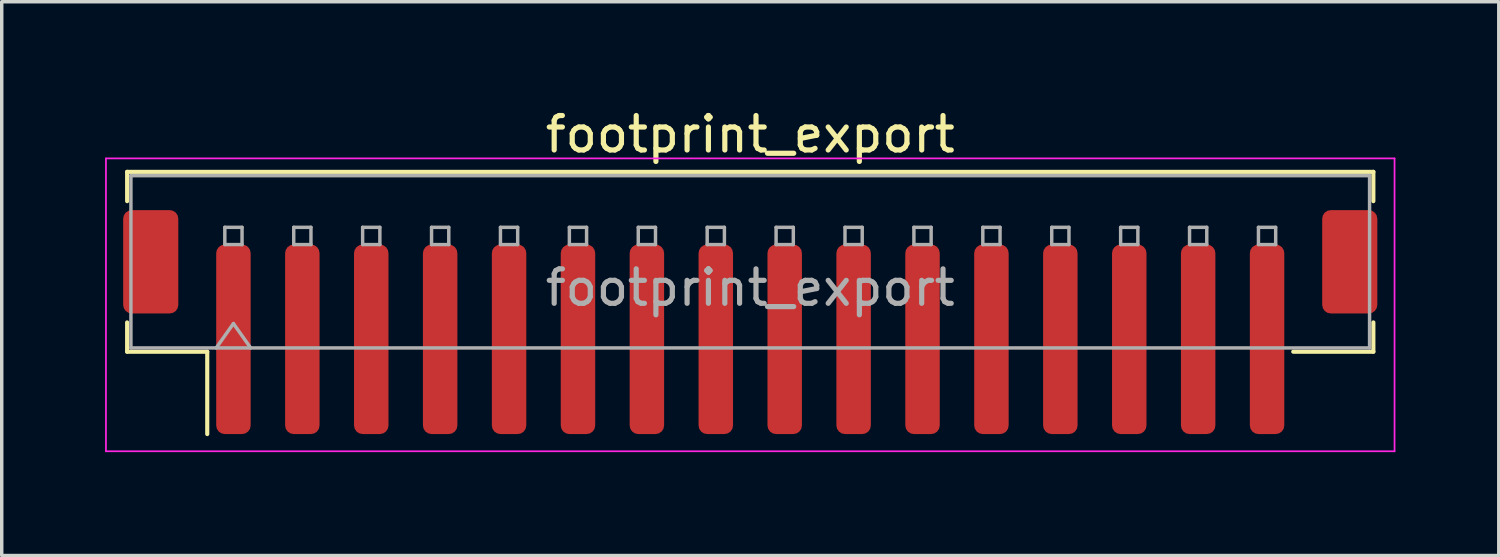
<source format=kicad_pcb>
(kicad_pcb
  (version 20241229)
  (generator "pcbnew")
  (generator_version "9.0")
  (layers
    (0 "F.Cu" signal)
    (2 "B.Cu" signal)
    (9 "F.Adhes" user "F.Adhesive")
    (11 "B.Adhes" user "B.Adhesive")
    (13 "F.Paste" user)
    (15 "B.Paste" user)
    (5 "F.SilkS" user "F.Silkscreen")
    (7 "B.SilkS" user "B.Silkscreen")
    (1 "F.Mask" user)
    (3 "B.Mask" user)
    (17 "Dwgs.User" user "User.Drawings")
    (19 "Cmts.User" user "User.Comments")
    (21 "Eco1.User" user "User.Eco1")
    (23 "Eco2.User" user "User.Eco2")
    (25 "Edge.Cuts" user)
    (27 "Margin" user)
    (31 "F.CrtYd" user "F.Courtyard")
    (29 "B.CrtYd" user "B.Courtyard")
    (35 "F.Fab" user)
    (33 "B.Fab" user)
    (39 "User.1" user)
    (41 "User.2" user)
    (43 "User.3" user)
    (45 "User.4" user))
  (footprint "footprint_export"
    (layer "F.Cu")
    (at 18.725 6.298)
    (property "Reference" "footprint_export" (at 0 -5.45 0) (layer "F.SilkS") (effects (font (size 1 1) (thickness 0.15))))
    (attr smd)
    (fp_line (start -18.085 -4.36) (end 18.085 -4.36) (stroke (width 0.12) (type solid)) (layer "F.SilkS"))
    (fp_line (start -18.085 -3.51) (end -18.085 -4.36) (stroke (width 0.12) (type solid)) (layer "F.SilkS"))
    (fp_line (start -18.085 0.01) (end -18.085 0.86) (stroke (width 0.12) (type solid)) (layer "F.SilkS"))
    (fp_line (start -18.085 0.86) (end -15.76 0.86) (stroke (width 0.12) (type solid)) (layer "F.SilkS"))
    (fp_line (start -15.76 0.86) (end -15.76 3.25) (stroke (width 0.12) (type solid)) (layer "F.SilkS"))
    (fp_line (start 18.085 -4.36) (end 18.085 -3.51) (stroke (width 0.12) (type solid)) (layer "F.SilkS"))
    (fp_line (start 18.085 0.01) (end 18.085 0.86) (stroke (width 0.12) (type solid)) (layer "F.SilkS"))
    (fp_line (start 18.085 0.86) (end 15.76 0.86) (stroke (width 0.12) (type solid)) (layer "F.SilkS"))
    (fp_line (start -18.7 -4.75) (end -18.7 3.75) (stroke (width 0.05) (type solid)) (layer "F.CrtYd"))
    (fp_line (start -18.7 3.75) (end 18.7 3.75) (stroke (width 0.05) (type solid)) (layer "F.CrtYd"))
    (fp_line (start 18.7 -4.75) (end -18.7 -4.75) (stroke (width 0.05) (type solid)) (layer "F.CrtYd"))
    (fp_line (start 18.7 3.75) (end 18.7 -4.75) (stroke (width 0.05) (type solid)) (layer "F.CrtYd"))
    (fp_line (start -17.975 -4.25) (end 17.975 -4.25) (stroke (width 0.1) (type solid)) (layer "F.Fab"))
    (fp_line (start -17.975 0.75) (end -17.975 -4.25) (stroke (width 0.1) (type solid)) (layer "F.Fab"))
    (fp_line (start -17.975 0.75) (end 17.975 0.75) (stroke (width 0.1) (type solid)) (layer "F.Fab"))
    (fp_line (start -15.5 0.75) (end -15 0.043) (stroke (width 0.1) (type solid)) (layer "F.Fab"))
    (fp_line (start -15.25 -2.75) (end -15.25 -2.25) (stroke (width 0.1) (type solid)) (layer "F.Fab"))
    (fp_line (start -15.25 -2.25) (end -14.75 -2.25) (stroke (width 0.1) (type solid)) (layer "F.Fab"))
    (fp_line (start -15 0.043) (end -14.5 0.75) (stroke (width 0.1) (type solid)) (layer "F.Fab"))
    (fp_line (start -14.75 -2.75) (end -15.25 -2.75) (stroke (width 0.1) (type solid)) (layer "F.Fab"))
    (fp_line (start -14.75 -2.25) (end -14.75 -2.75) (stroke (width 0.1) (type solid)) (layer "F.Fab"))
    (fp_line (start -13.25 -2.75) (end -13.25 -2.25) (stroke (width 0.1) (type solid)) (layer "F.Fab"))
    (fp_line (start -13.25 -2.25) (end -12.75 -2.25) (stroke (width 0.1) (type solid)) (layer "F.Fab"))
    (fp_line (start -12.75 -2.75) (end -13.25 -2.75) (stroke (width 0.1) (type solid)) (layer "F.Fab"))
    (fp_line (start -12.75 -2.25) (end -12.75 -2.75) (stroke (width 0.1) (type solid)) (layer "F.Fab"))
    (fp_line (start -11.25 -2.75) (end -11.25 -2.25) (stroke (width 0.1) (type solid)) (layer "F.Fab"))
    (fp_line (start -11.25 -2.25) (end -10.75 -2.25) (stroke (width 0.1) (type solid)) (layer "F.Fab"))
    (fp_line (start -10.75 -2.75) (end -11.25 -2.75) (stroke (width 0.1) (type solid)) (layer "F.Fab"))
    (fp_line (start -10.75 -2.25) (end -10.75 -2.75) (stroke (width 0.1) (type solid)) (layer "F.Fab"))
    (fp_line (start -9.25 -2.75) (end -9.25 -2.25) (stroke (width 0.1) (type solid)) (layer "F.Fab"))
    (fp_line (start -9.25 -2.25) (end -8.75 -2.25) (stroke (width 0.1) (type solid)) (layer "F.Fab"))
    (fp_line (start -8.75 -2.75) (end -9.25 -2.75) (stroke (width 0.1) (type solid)) (layer "F.Fab"))
    (fp_line (start -8.75 -2.25) (end -8.75 -2.75) (stroke (width 0.1) (type solid)) (layer "F.Fab"))
    (fp_line (start -7.25 -2.75) (end -7.25 -2.25) (stroke (width 0.1) (type solid)) (layer "F.Fab"))
    (fp_line (start -7.25 -2.25) (end -6.75 -2.25) (stroke (width 0.1) (type solid)) (layer "F.Fab"))
    (fp_line (start -6.75 -2.75) (end -7.25 -2.75) (stroke (width 0.1) (type solid)) (layer "F.Fab"))
    (fp_line (start -6.75 -2.25) (end -6.75 -2.75) (stroke (width 0.1) (type solid)) (layer "F.Fab"))
    (fp_line (start -5.25 -2.75) (end -5.25 -2.25) (stroke (width 0.1) (type solid)) (layer "F.Fab"))
    (fp_line (start -5.25 -2.25) (end -4.75 -2.25) (stroke (width 0.1) (type solid)) (layer "F.Fab"))
    (fp_line (start -4.75 -2.75) (end -5.25 -2.75) (stroke (width 0.1) (type solid)) (layer "F.Fab"))
    (fp_line (start -4.75 -2.25) (end -4.75 -2.75) (stroke (width 0.1) (type solid)) (layer "F.Fab"))
    (fp_line (start -3.25 -2.75) (end -3.25 -2.25) (stroke (width 0.1) (type solid)) (layer "F.Fab"))
    (fp_line (start -3.25 -2.25) (end -2.75 -2.25) (stroke (width 0.1) (type solid)) (layer "F.Fab"))
    (fp_line (start -2.75 -2.75) (end -3.25 -2.75) (stroke (width 0.1) (type solid)) (layer "F.Fab"))
    (fp_line (start -2.75 -2.25) (end -2.75 -2.75) (stroke (width 0.1) (type solid)) (layer "F.Fab"))
    (fp_line (start -1.25 -2.75) (end -1.25 -2.25) (stroke (width 0.1) (type solid)) (layer "F.Fab"))
    (fp_line (start -1.25 -2.25) (end -0.75 -2.25) (stroke (width 0.1) (type solid)) (layer "F.Fab"))
    (fp_line (start -0.75 -2.75) (end -1.25 -2.75) (stroke (width 0.1) (type solid)) (layer "F.Fab"))
    (fp_line (start -0.75 -2.25) (end -0.75 -2.75) (stroke (width 0.1) (type solid)) (layer "F.Fab"))
    (fp_line (start 0.75 -2.75) (end 0.75 -2.25) (stroke (width 0.1) (type solid)) (layer "F.Fab"))
    (fp_line (start 0.75 -2.25) (end 1.25 -2.25) (stroke (width 0.1) (type solid)) (layer "F.Fab"))
    (fp_line (start 1.25 -2.75) (end 0.75 -2.75) (stroke (width 0.1) (type solid)) (layer "F.Fab"))
    (fp_line (start 1.25 -2.25) (end 1.25 -2.75) (stroke (width 0.1) (type solid)) (layer "F.Fab"))
    (fp_line (start 2.75 -2.75) (end 2.75 -2.25) (stroke (width 0.1) (type solid)) (layer "F.Fab"))
    (fp_line (start 2.75 -2.25) (end 3.25 -2.25) (stroke (width 0.1) (type solid)) (layer "F.Fab"))
    (fp_line (start 3.25 -2.75) (end 2.75 -2.75) (stroke (width 0.1) (type solid)) (layer "F.Fab"))
    (fp_line (start 3.25 -2.25) (end 3.25 -2.75) (stroke (width 0.1) (type solid)) (layer "F.Fab"))
    (fp_line (start 4.75 -2.75) (end 4.75 -2.25) (stroke (width 0.1) (type solid)) (layer "F.Fab"))
    (fp_line (start 4.75 -2.25) (end 5.25 -2.25) (stroke (width 0.1) (type solid)) (layer "F.Fab"))
    (fp_line (start 5.25 -2.75) (end 4.75 -2.75) (stroke (width 0.1) (type solid)) (layer "F.Fab"))
    (fp_line (start 5.25 -2.25) (end 5.25 -2.75) (stroke (width 0.1) (type solid)) (layer "F.Fab"))
    (fp_line (start 6.75 -2.75) (end 6.75 -2.25) (stroke (width 0.1) (type solid)) (layer "F.Fab"))
    (fp_line (start 6.75 -2.25) (end 7.25 -2.25) (stroke (width 0.1) (type solid)) (layer "F.Fab"))
    (fp_line (start 7.25 -2.75) (end 6.75 -2.75) (stroke (width 0.1) (type solid)) (layer "F.Fab"))
    (fp_line (start 7.25 -2.25) (end 7.25 -2.75) (stroke (width 0.1) (type solid)) (layer "F.Fab"))
    (fp_line (start 8.75 -2.75) (end 8.75 -2.25) (stroke (width 0.1) (type solid)) (layer "F.Fab"))
    (fp_line (start 8.75 -2.25) (end 9.25 -2.25) (stroke (width 0.1) (type solid)) (layer "F.Fab"))
    (fp_line (start 9.25 -2.75) (end 8.75 -2.75) (stroke (width 0.1) (type solid)) (layer "F.Fab"))
    (fp_line (start 9.25 -2.25) (end 9.25 -2.75) (stroke (width 0.1) (type solid)) (layer "F.Fab"))
    (fp_line (start 10.75 -2.75) (end 10.75 -2.25) (stroke (width 0.1) (type solid)) (layer "F.Fab"))
    (fp_line (start 10.75 -2.25) (end 11.25 -2.25) (stroke (width 0.1) (type solid)) (layer "F.Fab"))
    (fp_line (start 11.25 -2.75) (end 10.75 -2.75) (stroke (width 0.1) (type solid)) (layer "F.Fab"))
    (fp_line (start 11.25 -2.25) (end 11.25 -2.75) (stroke (width 0.1) (type solid)) (layer "F.Fab"))
    (fp_line (start 12.75 -2.75) (end 12.75 -2.25) (stroke (width 0.1) (type solid)) (layer "F.Fab"))
    (fp_line (start 12.75 -2.25) (end 13.25 -2.25) (stroke (width 0.1) (type solid)) (layer "F.Fab"))
    (fp_line (start 13.25 -2.75) (end 12.75 -2.75) (stroke (width 0.1) (type solid)) (layer "F.Fab"))
    (fp_line (start 13.25 -2.25) (end 13.25 -2.75) (stroke (width 0.1) (type solid)) (layer "F.Fab"))
    (fp_line (start 14.75 -2.75) (end 14.75 -2.25) (stroke (width 0.1) (type solid)) (layer "F.Fab"))
    (fp_line (start 14.75 -2.25) (end 15.25 -2.25) (stroke (width 0.1) (type solid)) (layer "F.Fab"))
    (fp_line (start 15.25 -2.75) (end 14.75 -2.75) (stroke (width 0.1) (type solid)) (layer "F.Fab"))
    (fp_line (start 15.25 -2.25) (end 15.25 -2.75) (stroke (width 0.1) (type solid)) (layer "F.Fab"))
    (fp_line (start 17.975 0.75) (end 17.975 -4.25) (stroke (width 0.1) (type solid)) (layer "F.Fab"))
    (fp_text user "${REFERENCE}" (at 0 -1 0) (layer "F.Fab") (effects (font (size 1 1) (thickness 0.15))))
    (pad "1" smd roundrect (at -15 0.5) (size 1 5.5) (layers "F.Cu" "F.Mask" "F.Paste") (roundrect_rratio 0.25))
    (pad "2" smd roundrect (at -13 0.5) (size 1 5.5) (layers "F.Cu" "F.Mask" "F.Paste") (roundrect_rratio 0.25))
    (pad "3" smd roundrect (at -11 0.5) (size 1 5.5) (layers "F.Cu" "F.Mask" "F.Paste") (roundrect_rratio 0.25))
    (pad "4" smd roundrect (at -9 0.5) (size 1 5.5) (layers "F.Cu" "F.Mask" "F.Paste") (roundrect_rratio 0.25))
    (pad "5" smd roundrect (at -7 0.5) (size 1 5.5) (layers "F.Cu" "F.Mask" "F.Paste") (roundrect_rratio 0.25))
    (pad "6" smd roundrect (at -5 0.5) (size 1 5.5) (layers "F.Cu" "F.Mask" "F.Paste") (roundrect_rratio 0.25))
    (pad "7" smd roundrect (at -3 0.5) (size 1 5.5) (layers "F.Cu" "F.Mask" "F.Paste") (roundrect_rratio 0.25))
    (pad "8" smd roundrect (at -1 0.5) (size 1 5.5) (layers "F.Cu" "F.Mask" "F.Paste") (roundrect_rratio 0.25))
    (pad "9" smd roundrect (at 1 0.5) (size 1 5.5) (layers "F.Cu" "F.Mask" "F.Paste") (roundrect_rratio 0.25))
    (pad "10" smd roundrect (at 3 0.5) (size 1 5.5) (layers "F.Cu" "F.Mask" "F.Paste") (roundrect_rratio 0.25))
    (pad "11" smd roundrect (at 5 0.5) (size 1 5.5) (layers "F.Cu" "F.Mask" "F.Paste") (roundrect_rratio 0.25))
    (pad "12" smd roundrect (at 7 0.5) (size 1 5.5) (layers "F.Cu" "F.Mask" "F.Paste") (roundrect_rratio 0.25))
    (pad "13" smd roundrect (at 9 0.5) (size 1 5.5) (layers "F.Cu" "F.Mask" "F.Paste") (roundrect_rratio 0.25))
    (pad "14" smd roundrect (at 11 0.5) (size 1 5.5) (layers "F.Cu" "F.Mask" "F.Paste") (roundrect_rratio 0.25))
    (pad "15" smd roundrect (at 13 0.5) (size 1 5.5) (layers "F.Cu" "F.Mask" "F.Paste") (roundrect_rratio 0.25))
    (pad "16" smd roundrect (at 15 0.5) (size 1 5.5) (layers "F.Cu" "F.Mask" "F.Paste") (roundrect_rratio 0.25))
    (pad "MP" smd roundrect (at -17.4 -1.75) (size 1.6 3) (layers "F.Cu" "F.Mask" "F.Paste") (roundrect_rratio 0.156))
    (pad "MP" smd roundrect (at 17.4 -1.75) (size 1.6 3) (layers "F.Cu" "F.Mask" "F.Paste") (roundrect_rratio 0.156)))
  (gr_rect
    (start -3 -3)
    (end 40.45 13.073)
    (stroke (width 0.1) (type default))
    (fill no)
    (layer "Edge.Cuts")))
</source>
